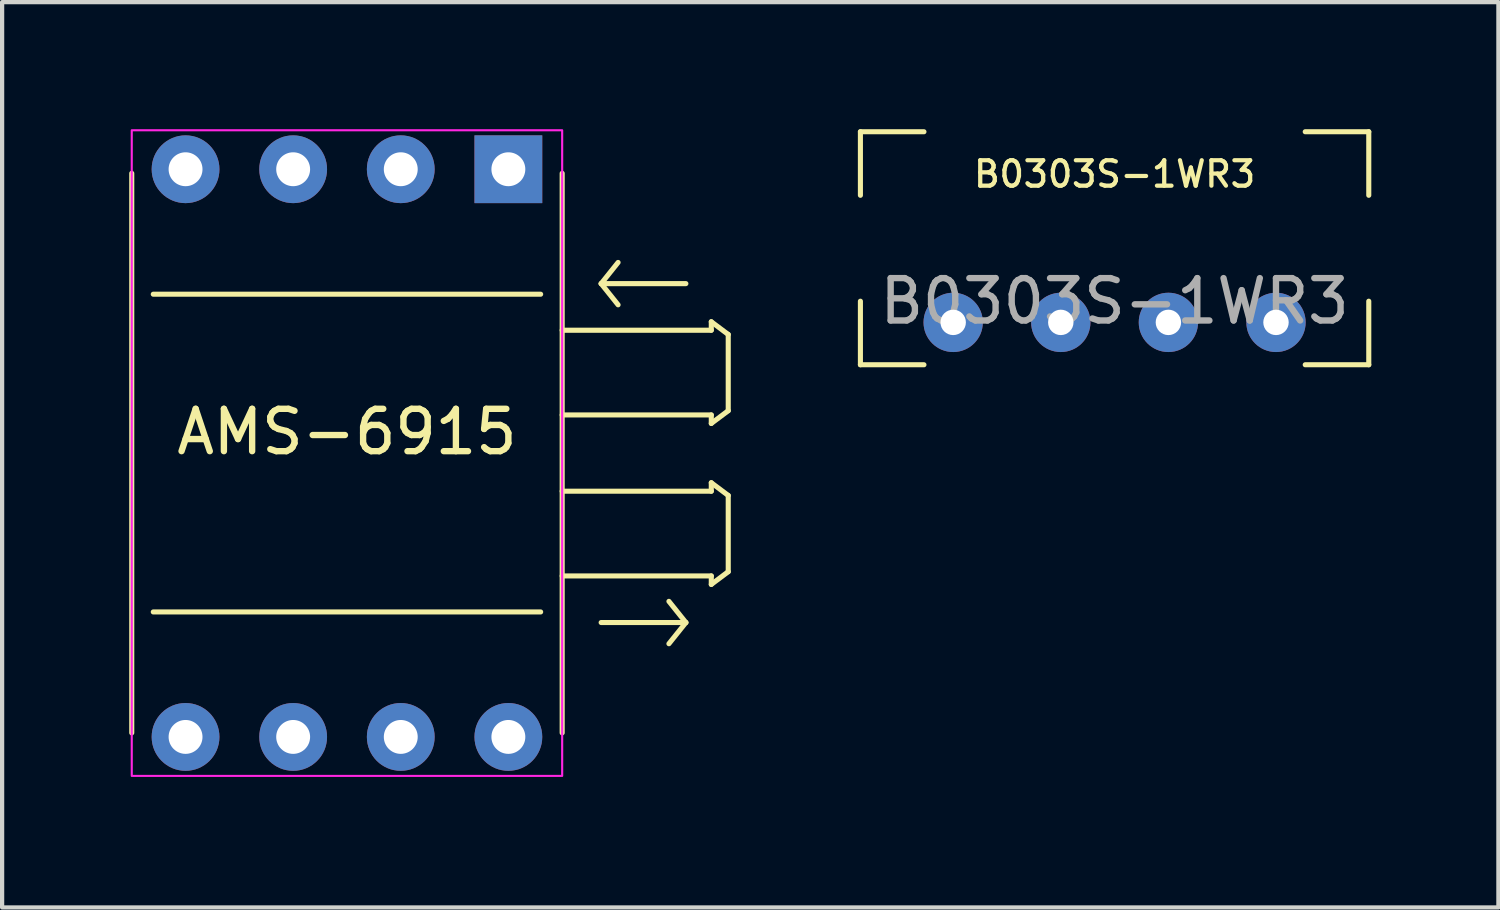
<source format=kicad_pcb>
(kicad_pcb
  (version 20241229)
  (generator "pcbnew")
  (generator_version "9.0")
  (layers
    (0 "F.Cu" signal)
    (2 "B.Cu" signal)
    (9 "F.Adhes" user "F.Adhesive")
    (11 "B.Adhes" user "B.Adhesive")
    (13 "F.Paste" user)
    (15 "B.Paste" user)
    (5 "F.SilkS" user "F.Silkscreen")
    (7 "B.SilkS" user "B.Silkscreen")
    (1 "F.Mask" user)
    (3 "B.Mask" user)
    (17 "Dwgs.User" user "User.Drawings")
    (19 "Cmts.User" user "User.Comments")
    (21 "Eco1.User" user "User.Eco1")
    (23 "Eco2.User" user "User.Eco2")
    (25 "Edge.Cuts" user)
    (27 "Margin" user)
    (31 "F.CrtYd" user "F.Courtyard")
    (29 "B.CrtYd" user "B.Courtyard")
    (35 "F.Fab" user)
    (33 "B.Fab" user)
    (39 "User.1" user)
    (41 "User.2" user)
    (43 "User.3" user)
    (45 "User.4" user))
  (footprint "B0303S-1WR3"
    (layer "F.Cu")
    (at 23.26 4.56)
    (property "Reference" "B0303S-1WR3" (at 0 -3.5 0) (unlocked yes) (layer "F.SilkS") (effects (font (size 0.6 0.6) (thickness 0.1) (bold yes))))
    (attr through_hole)
    (fp_line (start -6 -4.5) (end -6 -3) (stroke (width 0.12) (type default)) (layer "F.SilkS"))
    (fp_line (start -6 -4.5) (end -4.5 -4.5) (stroke (width 0.12) (type default)) (layer "F.SilkS"))
    (fp_line (start -6 1) (end -6 -0.5) (stroke (width 0.12) (type default)) (layer "F.SilkS"))
    (fp_line (start -6 1) (end -4.5 1) (stroke (width 0.12) (type default)) (layer "F.SilkS"))
    (fp_line (start 6 -4.5) (end 4.5 -4.5) (stroke (width 0.12) (type default)) (layer "F.SilkS"))
    (fp_line (start 6 -4.5) (end 6 -3) (stroke (width 0.12) (type default)) (layer "F.SilkS"))
    (fp_line (start 6 1) (end 4.5 1) (stroke (width 0.12) (type default)) (layer "F.SilkS"))
    (fp_line (start 6 1) (end 6 -0.5) (stroke (width 0.12) (type default)) (layer "F.SilkS"))
    (fp_line (start -5.75 -4.3) (end 5.75 -4.3) (stroke (width 0.12) (type default)) (layer "Eco1.User"))
    (fp_line (start -5.75 0.7) (end -5.75 -4.3) (stroke (width 0.12) (type default)) (layer "Eco1.User"))
    (fp_line (start -5.75 0.7) (end -5.75 10.75) (stroke (width 0.12) (type dot)) (layer "Eco1.User"))
    (fp_line (start -5.75 0.7) (end 5.75 0.7) (stroke (width 0.12) (type default)) (layer "Eco1.User"))
    (fp_line (start 5.75 0.7) (end 5.75 -4.3) (stroke (width 0.12) (type default)) (layer "Eco1.User"))
    (fp_line (start 5.75 0.7) (end 5.75 10.75) (stroke (width 0.12) (type dot)) (layer "Eco1.User"))
    (fp_line (start 5.75 10.75) (end -5.75 10.75) (stroke (width 0.12) (type dot)) (layer "Eco1.User"))
    (fp_text user "${REFERENCE}" (at 0 -0.5 0) (unlocked yes) (layer "F.Fab") (effects (font (size 1 1) (thickness 0.15))))
    (pad "1" thru_hole circle (at -3.81 0) (size 1.4 1.4) (drill 0.6) (layers "*.Cu" "*.Mask"))
    (pad "2" thru_hole circle (at -1.27 0) (size 1.4 1.4) (drill 0.6) (layers "*.Cu" "*.Mask"))
    (pad "3" thru_hole circle (at 1.27 0) (size 1.4 1.4) (drill 0.6) (layers "*.Cu" "*.Mask"))
    (pad "4" thru_hole circle (at 3.81 0) (size 1.4 1.4) (drill 0.6) (layers "*.Cu" "*.Mask")))
  (footprint "AMS-6915"
    (layer "F.Cu")
    (at 5.14 7.645)
    (property "Reference" "AMS-6915" (at 0 -0.5 0) (unlocked yes) (layer "F.SilkS") (effects (font (size 1 1) (thickness 0.15))))
    (attr through_hole)
    (fp_line (start -5.08 6.604) (end -5.08 -6.604) (stroke (width 0.12) (type default)) (layer "F.SilkS"))
    (fp_line (start -4.572 -3.75) (end 4.572 -3.75) (stroke (width 0.12) (type default)) (layer "F.SilkS"))
    (fp_line (start -4.572 3.75) (end 4.572 3.75) (stroke (width 0.12) (type default)) (layer "F.SilkS"))
    (fp_line (start 5.08 -6.604) (end 5.08 6.604) (stroke (width 0.12) (type default)) (layer "F.SilkS"))
    (fp_line (start 5.08 -2.9) (end 8.6 -2.9) (stroke (width 0.12) (type default)) (layer "F.SilkS"))
    (fp_line (start 5.08 -0.9) (end 8.6 -0.9) (stroke (width 0.12) (type default)) (layer "F.SilkS"))
    (fp_line (start 5.08 0.9) (end 8.6 0.9) (stroke (width 0.12) (type default)) (layer "F.SilkS"))
    (fp_line (start 5.08 2.9) (end 8.6 2.9) (stroke (width 0.12) (type default)) (layer "F.SilkS"))
    (fp_line (start 6 -4) (end 6.4 -4.5) (stroke (width 0.12) (type default)) (layer "F.SilkS"))
    (fp_line (start 6 -4) (end 6.4 -3.5) (stroke (width 0.12) (type default)) (layer "F.SilkS"))
    (fp_line (start 6 -4) (end 8 -4) (stroke (width 0.12) (type default)) (layer "F.SilkS"))
    (fp_line (start 8 4) (end 6 4) (stroke (width 0.12) (type default)) (layer "F.SilkS"))
    (fp_line (start 8 4) (end 7.6 3.5) (stroke (width 0.12) (type default)) (layer "F.SilkS"))
    (fp_line (start 8 4) (end 7.6 4.5) (stroke (width 0.12) (type default)) (layer "F.SilkS"))
    (fp_line (start 8.6 -3.1) (end 9 -2.8) (stroke (width 0.12) (type default)) (layer "F.SilkS"))
    (fp_line (start 8.6 -2.9) (end 8.6 -3.1) (stroke (width 0.12) (type default)) (layer "F.SilkS"))
    (fp_line (start 8.6 -0.9) (end 8.6 -0.7) (stroke (width 0.12) (type default)) (layer "F.SilkS"))
    (fp_line (start 8.6 -0.7) (end 9 -1) (stroke (width 0.12) (type default)) (layer "F.SilkS"))
    (fp_line (start 8.6 0.7) (end 9 1) (stroke (width 0.12) (type default)) (layer "F.SilkS"))
    (fp_line (start 8.6 0.9) (end 8.6 0.7) (stroke (width 0.12) (type default)) (layer "F.SilkS"))
    (fp_line (start 8.6 2.9) (end 8.6 3.1) (stroke (width 0.12) (type default)) (layer "F.SilkS"))
    (fp_line (start 8.6 3.1) (end 9 2.8) (stroke (width 0.12) (type default)) (layer "F.SilkS"))
    (fp_line (start 9 -2.8) (end 9 -1) (stroke (width 0.12) (type default)) (layer "F.SilkS"))
    (fp_line (start 9 1) (end 9 2.8) (stroke (width 0.12) (type default)) (layer "F.SilkS"))
    (fp_rect (start -5.08 -7.62) (end 5.08 7.62) (stroke (width 0.05) (type default)) (fill no) (layer "F.CrtYd"))
    (pad "1" thru_hole rect (at 3.81 -6.7 270) (size 1.6 1.6) (drill 0.8) (layers "*.Cu" "*.Mask"))
    (pad "2" thru_hole oval (at 1.27 -6.7 270) (size 1.6 1.6) (drill 0.8) (layers "*.Cu" "*.Mask"))
    (pad "3" thru_hole oval (at -1.27 -6.7 270) (size 1.6 1.6) (drill 0.8) (layers "*.Cu" "*.Mask"))
    (pad "4" thru_hole oval (at -3.81 -6.7 270) (size 1.6 1.6) (drill 0.8) (layers "*.Cu" "*.Mask"))
    (pad "5" thru_hole oval (at -3.81 6.7 270) (size 1.6 1.6) (drill 0.8) (layers "*.Cu" "*.Mask"))
    (pad "6" thru_hole oval (at -1.27 6.7 270) (size 1.6 1.6) (drill 0.8) (layers "*.Cu" "*.Mask"))
    (pad "7" thru_hole oval (at 1.27 6.7 270) (size 1.6 1.6) (drill 0.8) (layers "*.Cu" "*.Mask"))
    (pad "8" thru_hole oval (at 3.81 6.7 270) (size 1.6 1.6) (drill 0.8) (layers "*.Cu" "*.Mask")))
  (gr_rect
    (start -3 -3)
    (end 32.32 18.37)
    (stroke (width 0.1) (type default))
    (fill no)
    (layer "Edge.Cuts")))
</source>
